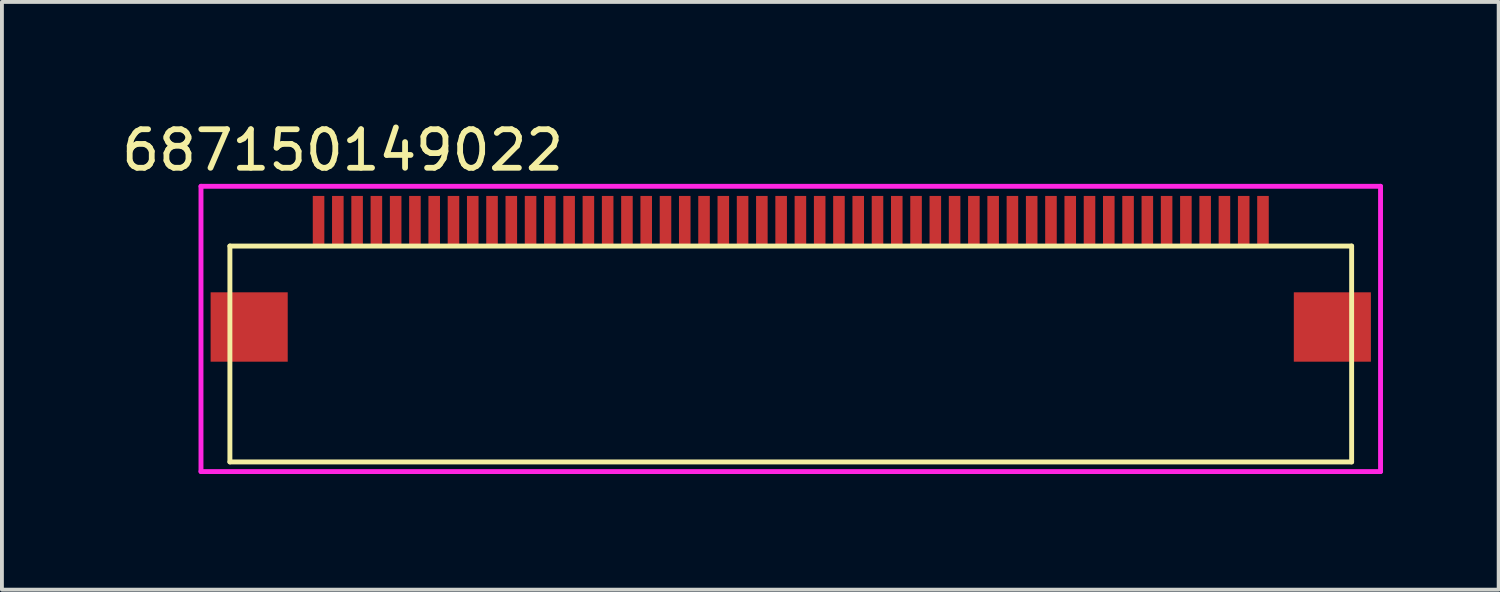
<source format=kicad_pcb>
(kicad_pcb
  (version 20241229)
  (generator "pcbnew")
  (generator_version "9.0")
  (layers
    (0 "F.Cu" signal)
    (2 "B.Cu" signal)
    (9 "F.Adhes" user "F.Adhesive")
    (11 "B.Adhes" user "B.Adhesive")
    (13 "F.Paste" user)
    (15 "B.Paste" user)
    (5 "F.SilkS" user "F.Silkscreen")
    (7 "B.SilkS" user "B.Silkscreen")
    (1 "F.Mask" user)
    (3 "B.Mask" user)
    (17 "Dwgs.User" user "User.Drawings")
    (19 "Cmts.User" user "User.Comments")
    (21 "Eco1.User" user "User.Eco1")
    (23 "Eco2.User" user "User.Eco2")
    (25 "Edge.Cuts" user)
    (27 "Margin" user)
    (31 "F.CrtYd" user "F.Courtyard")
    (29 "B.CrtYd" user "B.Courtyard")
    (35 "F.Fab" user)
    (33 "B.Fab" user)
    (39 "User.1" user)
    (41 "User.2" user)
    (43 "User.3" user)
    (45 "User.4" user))
  (footprint "687150149022"
    (layer "F.Cu")
    (at 17.464 2.683)
    (property "Reference" "687150149022" (at -11.625 -1.835 0) (layer "F.SilkS") (effects (font (size 1 1) (thickness 0.15))))
    (attr smd)
    (fp_line (start -14.55 0.65) (end 14.55 0.65) (stroke (width 0.127) (type solid)) (layer "F.SilkS"))
    (fp_line (start -14.55 6.25) (end -14.55 0.65) (stroke (width 0.127) (type solid)) (layer "F.SilkS"))
    (fp_line (start 14.55 0.65) (end 14.55 6.25) (stroke (width 0.127) (type solid)) (layer "F.SilkS"))
    (fp_line (start 14.55 6.25) (end -14.55 6.25) (stroke (width 0.127) (type solid)) (layer "F.SilkS"))
    (fp_line (start -15.3 -0.9) (end -15.3 6.5) (stroke (width 0.127) (type solid)) (layer "F.CrtYd"))
    (fp_line (start -15.3 6.5) (end 15.3 6.5) (stroke (width 0.127) (type solid)) (layer "F.CrtYd"))
    (fp_line (start 15.3 -0.9) (end -15.3 -0.9) (stroke (width 0.127) (type solid)) (layer "F.CrtYd"))
    (fp_line (start 15.3 6.5) (end 15.3 -0.9) (stroke (width 0.127) (type solid)) (layer "F.CrtYd"))
    (pad "1" smd rect (at -12.25 0) (size 0.3 1.3) (layers "F.Cu" "F.Mask" "F.Paste"))
    (pad "2" smd rect (at -11.75 0) (size 0.3 1.3) (layers "F.Cu" "F.Mask" "F.Paste"))
    (pad "3" smd rect (at -11.25 0) (size 0.3 1.3) (layers "F.Cu" "F.Mask" "F.Paste"))
    (pad "4" smd rect (at -10.75 0) (size 0.3 1.3) (layers "F.Cu" "F.Mask" "F.Paste"))
    (pad "5" smd rect (at -10.25 0) (size 0.3 1.3) (layers "F.Cu" "F.Mask" "F.Paste"))
    (pad "6" smd rect (at -9.75 0) (size 0.3 1.3) (layers "F.Cu" "F.Mask" "F.Paste"))
    (pad "7" smd rect (at -9.25 0) (size 0.3 1.3) (layers "F.Cu" "F.Mask" "F.Paste"))
    (pad "8" smd rect (at -8.75 0) (size 0.3 1.3) (layers "F.Cu" "F.Mask" "F.Paste"))
    (pad "9" smd rect (at -8.25 0) (size 0.3 1.3) (layers "F.Cu" "F.Mask" "F.Paste"))
    (pad "10" smd rect (at -7.75 0) (size 0.3 1.3) (layers "F.Cu" "F.Mask" "F.Paste"))
    (pad "11" smd rect (at -7.25 0) (size 0.3 1.3) (layers "F.Cu" "F.Mask" "F.Paste"))
    (pad "12" smd rect (at -6.75 0) (size 0.3 1.3) (layers "F.Cu" "F.Mask" "F.Paste"))
    (pad "13" smd rect (at -6.25 0) (size 0.3 1.3) (layers "F.Cu" "F.Mask" "F.Paste"))
    (pad "14" smd rect (at -5.75 0) (size 0.3 1.3) (layers "F.Cu" "F.Mask" "F.Paste"))
    (pad "15" smd rect (at -5.25 0) (size 0.3 1.3) (layers "F.Cu" "F.Mask" "F.Paste"))
    (pad "16" smd rect (at -4.75 0) (size 0.3 1.3) (layers "F.Cu" "F.Mask" "F.Paste"))
    (pad "17" smd rect (at -4.25 0) (size 0.3 1.3) (layers "F.Cu" "F.Mask" "F.Paste"))
    (pad "18" smd rect (at -3.75 0) (size 0.3 1.3) (layers "F.Cu" "F.Mask" "F.Paste"))
    (pad "19" smd rect (at -3.25 0) (size 0.3 1.3) (layers "F.Cu" "F.Mask" "F.Paste"))
    (pad "20" smd rect (at -2.75 0) (size 0.3 1.3) (layers "F.Cu" "F.Mask" "F.Paste"))
    (pad "21" smd rect (at -2.25 0) (size 0.3 1.3) (layers "F.Cu" "F.Mask" "F.Paste"))
    (pad "22" smd rect (at -1.75 0) (size 0.3 1.3) (layers "F.Cu" "F.Mask" "F.Paste"))
    (pad "23" smd rect (at -1.25 0) (size 0.3 1.3) (layers "F.Cu" "F.Mask" "F.Paste"))
    (pad "24" smd rect (at -0.75 0) (size 0.3 1.3) (layers "F.Cu" "F.Mask" "F.Paste"))
    (pad "25" smd rect (at -0.25 0) (size 0.3 1.3) (layers "F.Cu" "F.Mask" "F.Paste"))
    (pad "26" smd rect (at 0.25 0) (size 0.3 1.3) (layers "F.Cu" "F.Mask" "F.Paste"))
    (pad "27" smd rect (at 0.75 0) (size 0.3 1.3) (layers "F.Cu" "F.Mask" "F.Paste"))
    (pad "28" smd rect (at 1.25 0) (size 0.3 1.3) (layers "F.Cu" "F.Mask" "F.Paste"))
    (pad "29" smd rect (at 1.75 0) (size 0.3 1.3) (layers "F.Cu" "F.Mask" "F.Paste"))
    (pad "30" smd rect (at 2.25 0) (size 0.3 1.3) (layers "F.Cu" "F.Mask" "F.Paste"))
    (pad "31" smd rect (at 2.75 0) (size 0.3 1.3) (layers "F.Cu" "F.Mask" "F.Paste"))
    (pad "32" smd rect (at 3.25 0) (size 0.3 1.3) (layers "F.Cu" "F.Mask" "F.Paste"))
    (pad "33" smd rect (at 3.75 0) (size 0.3 1.3) (layers "F.Cu" "F.Mask" "F.Paste"))
    (pad "34" smd rect (at 4.25 0) (size 0.3 1.3) (layers "F.Cu" "F.Mask" "F.Paste"))
    (pad "35" smd rect (at 4.75 0) (size 0.3 1.3) (layers "F.Cu" "F.Mask" "F.Paste"))
    (pad "36" smd rect (at 5.25 0) (size 0.3 1.3) (layers "F.Cu" "F.Mask" "F.Paste"))
    (pad "37" smd rect (at 5.75 0) (size 0.3 1.3) (layers "F.Cu" "F.Mask" "F.Paste"))
    (pad "38" smd rect (at 6.25 0) (size 0.3 1.3) (layers "F.Cu" "F.Mask" "F.Paste"))
    (pad "39" smd rect (at 6.75 0) (size 0.3 1.3) (layers "F.Cu" "F.Mask" "F.Paste"))
    (pad "40" smd rect (at 7.25 0) (size 0.3 1.3) (layers "F.Cu" "F.Mask" "F.Paste"))
    (pad "41" smd rect (at 7.75 0) (size 0.3 1.3) (layers "F.Cu" "F.Mask" "F.Paste"))
    (pad "42" smd rect (at 8.25 0) (size 0.3 1.3) (layers "F.Cu" "F.Mask" "F.Paste"))
    (pad "43" smd rect (at 8.75 0) (size 0.3 1.3) (layers "F.Cu" "F.Mask" "F.Paste"))
    (pad "44" smd rect (at 9.25 0) (size 0.3 1.3) (layers "F.Cu" "F.Mask" "F.Paste"))
    (pad "45" smd rect (at 9.75 0) (size 0.3 1.3) (layers "F.Cu" "F.Mask" "F.Paste"))
    (pad "46" smd rect (at 10.25 0) (size 0.3 1.3) (layers "F.Cu" "F.Mask" "F.Paste"))
    (pad "47" smd rect (at 10.75 0) (size 0.3 1.3) (layers "F.Cu" "F.Mask" "F.Paste"))
    (pad "48" smd rect (at 11.25 0) (size 0.3 1.3) (layers "F.Cu" "F.Mask" "F.Paste"))
    (pad "49" smd rect (at 11.75 0) (size 0.3 1.3) (layers "F.Cu" "F.Mask" "F.Paste"))
    (pad "50" smd rect (at 12.25 0) (size 0.3 1.3) (layers "F.Cu" "F.Mask" "F.Paste"))
    (pad "Z1" smd rect (at -14.05 2.75) (size 2 1.8) (layers "F.Cu" "F.Mask" "F.Paste"))
    (pad "Z2" smd rect (at 14.05 2.75) (size 2 1.8) (layers "F.Cu" "F.Mask" "F.Paste")))
  (gr_rect
    (start -3 -3)
    (end 35.828 12.247)
    (stroke (width 0.1) (type default))
    (fill no)
    (layer "Edge.Cuts")))
</source>
